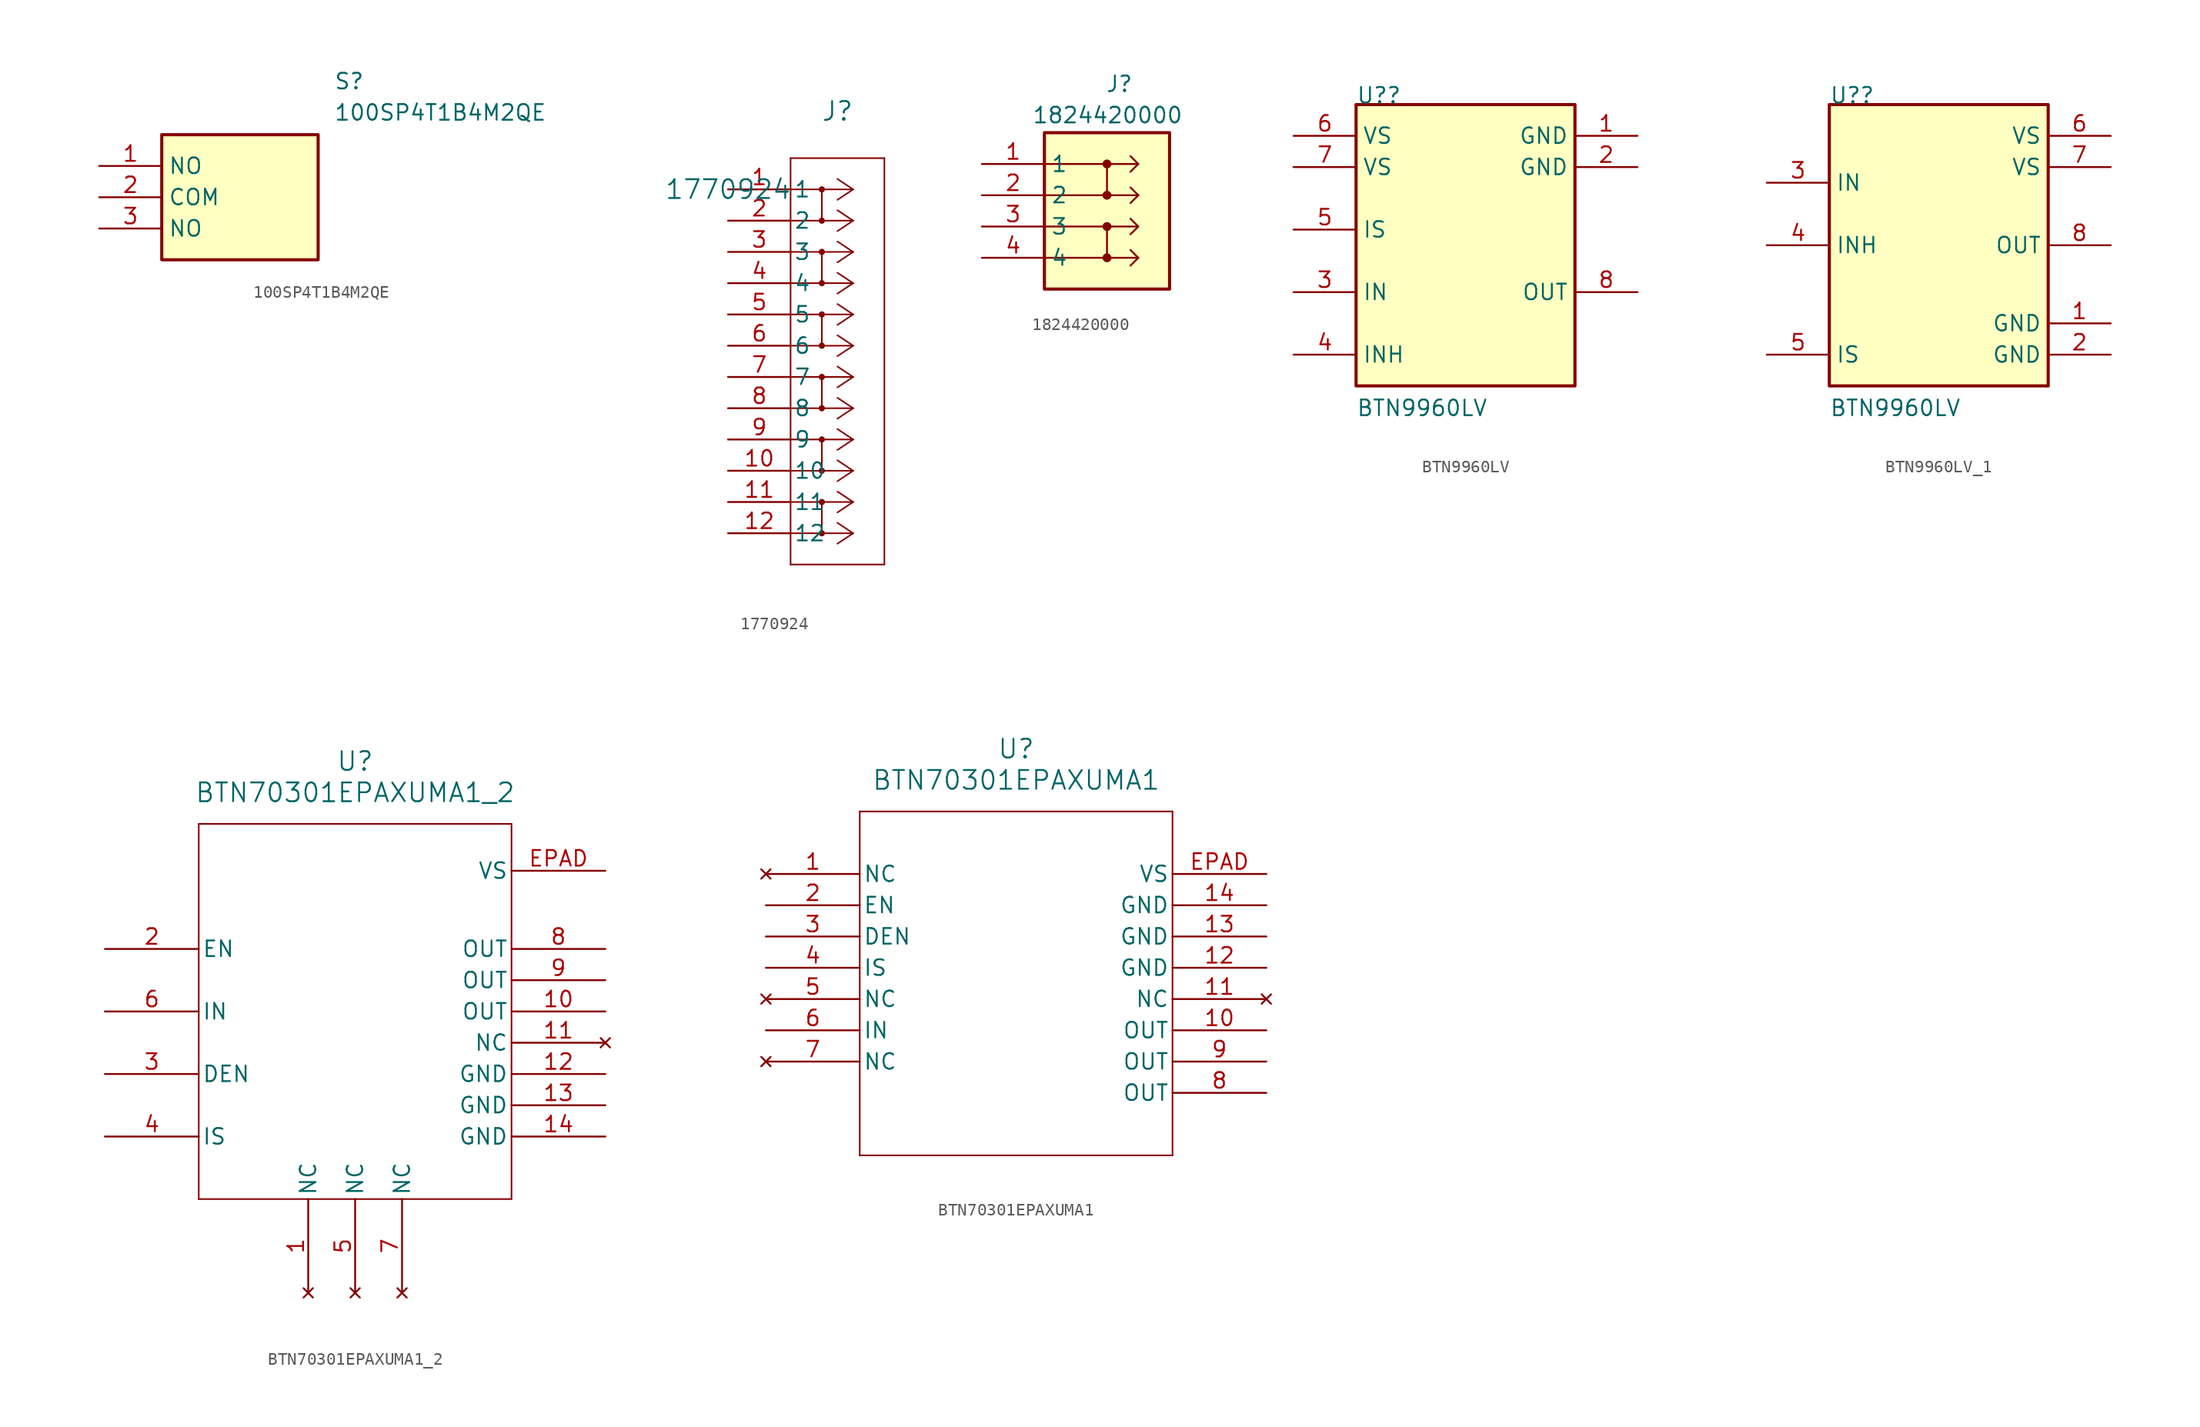
<source format=kicad_sym>
(kicad_symbol_lib
  (version 20220914)
  (generator kicad_symbol_editor)
  (symbol "100SP4T1B4M2QE"
    (property "Reference" "S"
      (at 19.05 7.62 0)
      (effects (font (size 1.27 1.27)) (justify left top)))
    (property "Value" "100SP4T1B4M2QE"
      (at 19.05 5.08 0)
      (effects (font (size 1.27 1.27)) (justify left top)))
    (symbol "100SP4T1B4M2QE_1_1"
      (rectangle (start 5.08 2.54) (end 17.78 -7.62) (stroke (width 0.254) (type default)) (fill (type background)))
      (pin passive line (at 0 0 0) (length 5.08) (name "NO" (effects (font (size 1.27 1.27)))) (number "1" (effects (font (size 1.27 1.27)))))
      (pin passive line (at 0 -2.54 0) (length 5.08) (name "COM" (effects (font (size 1.27 1.27)))) (number "2" (effects (font (size 1.27 1.27)))))
      (pin passive line (at 0 -5.08 0) (length 5.08) (name "NO" (effects (font (size 1.27 1.27)))) (number "3" (effects (font (size 1.27 1.27)))))))
  (symbol "1770924"
    (pin_names
      (offset 0.254))
    (property "Reference" "J"
      (at 8.89 6.35 0)
      (effects (font (size 1.524 1.524))))
    (property "Value" "1770924"
      (at 0 0 0)
      (effects (font (size 1.524 1.524))))
    (property "ki_locked" ""
      (at 0 0 0)
      (effects (font (size 1.27 1.27))))
    (symbol "1770924_0_1"
      (polyline (pts (xy 5.08 -30.48) (xy 12.7 -30.48)) (stroke (width 0.127) (type default)) (fill (type none)))
      (polyline (pts (xy 5.08 2.54) (xy 5.08 -30.48)) (stroke (width 0.127) (type default)) (fill (type none)))
      (polyline (pts (xy 7.62 -25.4) (xy 7.62 -27.94)) (stroke (width 0.127) (type default)) (fill (type none)))
      (polyline (pts (xy 7.62 -20.32) (xy 7.62 -22.86)) (stroke (width 0.127) (type default)) (fill (type none)))
      (polyline (pts (xy 7.62 -15.24) (xy 7.62 -17.78)) (stroke (width 0.127) (type default)) (fill (type none)))
      (polyline (pts (xy 7.62 -10.16) (xy 7.62 -12.7)) (stroke (width 0.127) (type default)) (fill (type none)))
      (polyline (pts (xy 7.62 -5.08) (xy 7.62 -7.62)) (stroke (width 0.127) (type default)) (fill (type none)))
      (polyline (pts (xy 7.62 0) (xy 7.62 -2.54)) (stroke (width 0.127) (type default)) (fill (type none)))
      (polyline (pts (xy 10.16 -27.94) (xy 5.08 -27.94)) (stroke (width 0.127) (type default)) (fill (type none)))
      (polyline (pts (xy 10.16 -27.94) (xy 8.89 -28.787)) (stroke (width 0.127) (type default)) (fill (type none)))
      (polyline (pts (xy 10.16 -27.94) (xy 8.89 -27.093)) (stroke (width 0.127) (type default)) (fill (type none)))
      (polyline (pts (xy 10.16 -25.4) (xy 5.08 -25.4)) (stroke (width 0.127) (type default)) (fill (type none)))
      (polyline (pts (xy 10.16 -25.4) (xy 8.89 -26.247)) (stroke (width 0.127) (type default)) (fill (type none)))
      (polyline (pts (xy 10.16 -25.4) (xy 8.89 -24.553)) (stroke (width 0.127) (type default)) (fill (type none)))
      (polyline (pts (xy 10.16 -22.86) (xy 5.08 -22.86)) (stroke (width 0.127) (type default)) (fill (type none)))
      (polyline (pts (xy 10.16 -22.86) (xy 8.89 -23.707)) (stroke (width 0.127) (type default)) (fill (type none)))
      (polyline (pts (xy 10.16 -22.86) (xy 8.89 -22.013)) (stroke (width 0.127) (type default)) (fill (type none)))
      (polyline (pts (xy 10.16 -20.32) (xy 5.08 -20.32)) (stroke (width 0.127) (type default)) (fill (type none)))
      (polyline (pts (xy 10.16 -20.32) (xy 8.89 -21.167)) (stroke (width 0.127) (type default)) (fill (type none)))
      (polyline (pts (xy 10.16 -20.32) (xy 8.89 -19.473)) (stroke (width 0.127) (type default)) (fill (type none)))
      (polyline (pts (xy 10.16 -17.78) (xy 5.08 -17.78)) (stroke (width 0.127) (type default)) (fill (type none)))
      (polyline (pts (xy 10.16 -17.78) (xy 8.89 -18.627)) (stroke (width 0.127) (type default)) (fill (type none)))
      (polyline (pts (xy 10.16 -17.78) (xy 8.89 -16.933)) (stroke (width 0.127) (type default)) (fill (type none)))
      (polyline (pts (xy 10.16 -15.24) (xy 5.08 -15.24)) (stroke (width 0.127) (type default)) (fill (type none)))
      (polyline (pts (xy 10.16 -15.24) (xy 8.89 -16.087)) (stroke (width 0.127) (type default)) (fill (type none)))
      (polyline (pts (xy 10.16 -15.24) (xy 8.89 -14.393)) (stroke (width 0.127) (type default)) (fill (type none)))
      (polyline (pts (xy 10.16 -12.7) (xy 5.08 -12.7)) (stroke (width 0.127) (type default)) (fill (type none)))
      (polyline (pts (xy 10.16 -12.7) (xy 8.89 -13.547)) (stroke (width 0.127) (type default)) (fill (type none)))
      (polyline (pts (xy 10.16 -12.7) (xy 8.89 -11.853)) (stroke (width 0.127) (type default)) (fill (type none)))
      (polyline (pts (xy 10.16 -10.16) (xy 5.08 -10.16)) (stroke (width 0.127) (type default)) (fill (type none)))
      (polyline (pts (xy 10.16 -10.16) (xy 8.89 -11.007)) (stroke (width 0.127) (type default)) (fill (type none)))
      (polyline (pts (xy 10.16 -10.16) (xy 8.89 -9.313)) (stroke (width 0.127) (type default)) (fill (type none)))
      (polyline (pts (xy 10.16 -7.62) (xy 5.08 -7.62)) (stroke (width 0.127) (type default)) (fill (type none)))
      (polyline (pts (xy 10.16 -7.62) (xy 8.89 -8.467)) (stroke (width 0.127) (type default)) (fill (type none)))
      (polyline (pts (xy 10.16 -7.62) (xy 8.89 -6.773)) (stroke (width 0.127) (type default)) (fill (type none)))
      (polyline (pts (xy 10.16 -5.08) (xy 5.08 -5.08)) (stroke (width 0.127) (type default)) (fill (type none)))
      (polyline (pts (xy 10.16 -5.08) (xy 8.89 -5.927)) (stroke (width 0.127) (type default)) (fill (type none)))
      (polyline (pts (xy 10.16 -5.08) (xy 8.89 -4.233)) (stroke (width 0.127) (type default)) (fill (type none)))
      (polyline (pts (xy 10.16 -2.54) (xy 5.08 -2.54)) (stroke (width 0.127) (type default)) (fill (type none)))
      (polyline (pts (xy 10.16 -2.54) (xy 8.89 -3.387)) (stroke (width 0.127) (type default)) (fill (type none)))
      (polyline (pts (xy 10.16 -2.54) (xy 8.89 -1.693)) (stroke (width 0.127) (type default)) (fill (type none)))
      (polyline (pts (xy 10.16 0) (xy 5.08 0)) (stroke (width 0.127) (type default)) (fill (type none)))
      (polyline (pts (xy 10.16 0) (xy 8.89 -0.847)) (stroke (width 0.127) (type default)) (fill (type none)))
      (polyline (pts (xy 10.16 0) (xy 8.89 0.847)) (stroke (width 0.127) (type default)) (fill (type none)))
      (polyline (pts (xy 12.7 -30.48) (xy 12.7 2.54)) (stroke (width 0.127) (type default)) (fill (type none)))
      (polyline (pts (xy 12.7 2.54) (xy 5.08 2.54)) (stroke (width 0.127) (type default)) (fill (type none)))
      (circle (center 7.62 -27.94) (radius 0.127) (stroke (width 0.254) (type default)) (fill (type none)))
      (circle (center 7.62 -25.4) (radius 0.127) (stroke (width 0.254) (type default)) (fill (type none)))
      (circle (center 7.62 -22.86) (radius 0.127) (stroke (width 0.254) (type default)) (fill (type none)))
      (circle (center 7.62 -20.32) (radius 0.127) (stroke (width 0.254) (type default)) (fill (type none)))
      (circle (center 7.62 -17.78) (radius 0.127) (stroke (width 0.254) (type default)) (fill (type none)))
      (circle (center 7.62 -15.24) (radius 0.127) (stroke (width 0.254) (type default)) (fill (type none)))
      (circle (center 7.62 -12.7) (radius 0.127) (stroke (width 0.254) (type default)) (fill (type none)))
      (circle (center 7.62 -10.16) (radius 0.127) (stroke (width 0.254) (type default)) (fill (type none)))
      (circle (center 7.62 -7.62) (radius 0.127) (stroke (width 0.254) (type default)) (fill (type none)))
      (circle (center 7.62 -5.08) (radius 0.127) (stroke (width 0.254) (type default)) (fill (type none)))
      (circle (center 7.62 -2.54) (radius 0.127) (stroke (width 0.254) (type default)) (fill (type none)))
      (circle (center 7.62 0) (radius 0.127) (stroke (width 0.254) (type default)) (fill (type none)))
      (pin unspecified line (at 0 0 0) (length 5.08) (name "1" (effects (font (size 1.27 1.27)))) (number "1" (effects (font (size 1.27 1.27)))))
      (pin unspecified line (at 0 -22.86 0) (length 5.08) (name "10" (effects (font (size 1.27 1.27)))) (number "10" (effects (font (size 1.27 1.27)))))
      (pin unspecified line (at 0 -25.4 0) (length 5.08) (name "11" (effects (font (size 1.27 1.27)))) (number "11" (effects (font (size 1.27 1.27)))))
      (pin unspecified line (at 0 -27.94 0) (length 5.08) (name "12" (effects (font (size 1.27 1.27)))) (number "12" (effects (font (size 1.27 1.27)))))
      (pin unspecified line (at 0 -2.54 0) (length 5.08) (name "2" (effects (font (size 1.27 1.27)))) (number "2" (effects (font (size 1.27 1.27)))))
      (pin unspecified line (at 0 -5.08 0) (length 5.08) (name "3" (effects (font (size 1.27 1.27)))) (number "3" (effects (font (size 1.27 1.27)))))
      (pin unspecified line (at 0 -7.62 0) (length 5.08) (name "4" (effects (font (size 1.27 1.27)))) (number "4" (effects (font (size 1.27 1.27)))))
      (pin unspecified line (at 0 -10.16 0) (length 5.08) (name "5" (effects (font (size 1.27 1.27)))) (number "5" (effects (font (size 1.27 1.27)))))
      (pin unspecified line (at 0 -12.7 0) (length 5.08) (name "6" (effects (font (size 1.27 1.27)))) (number "6" (effects (font (size 1.27 1.27)))))
      (pin unspecified line (at 0 -15.24 0) (length 5.08) (name "7" (effects (font (size 1.27 1.27)))) (number "7" (effects (font (size 1.27 1.27)))))
      (pin unspecified line (at 0 -17.78 0) (length 5.08) (name "8" (effects (font (size 1.27 1.27)))) (number "8" (effects (font (size 1.27 1.27)))))
      (pin unspecified line (at 0 -20.32 0) (length 5.08) (name "9" (effects (font (size 1.27 1.27)))) (number "9" (effects (font (size 1.27 1.27)))))))
  (symbol "1824420000"
    (property "Reference" "J"
      (at 10.033 7.239 0)
      (effects (font (size 1.27 1.27)) (justify left top)))
    (property "Value" "1824420000"
      (at 4.064 4.699 0)
      (effects (font (size 1.27 1.27)) (justify left top)))
    (symbol "1824420000_0_1"
      (polyline (pts (xy 10.16 -7.62) (xy 12.7 -7.62)) (stroke (width 0) (type default)) (fill (type none)))
      (polyline (pts (xy 10.16 -5.08) (xy 12.7 -5.08)) (stroke (width 0) (type default)) (fill (type none)))
      (polyline (pts (xy 10.16 -2.54) (xy 12.7 -2.54)) (stroke (width 0) (type default)) (fill (type none)))
      (polyline (pts (xy 10.16 0) (xy 12.7 0)) (stroke (width 0) (type default)) (fill (type none)))
      (polyline (pts (xy 12.7 -2.54) (xy 12.065 -3.175)) (stroke (width 0) (type default)) (fill (type none)))
      (polyline (pts (xy 12.7 -2.54) (xy 12.065 -1.905)) (stroke (width 0) (type default)) (fill (type none)))
      (polyline (pts (xy 5.08 -5.08) (xy 10.16 -5.08) (xy 10.16 -7.62) (xy 5.08 -7.62)) (stroke (width 0) (type default)) (fill (type none)))
      (polyline (pts (xy 5.08 0) (xy 10.16 0) (xy 10.16 -2.54) (xy 5.08 -2.54)) (stroke (width 0) (type default)) (fill (type none)))
      (polyline (pts (xy 12.7 -7.62) (xy 12.065 -6.985) (xy 12.7 -7.62) (xy 12.065 -8.255)) (stroke (width 0) (type default)) (fill (type none)))
      (polyline (pts (xy 12.7 -5.08) (xy 12.065 -4.445) (xy 12.7 -5.08) (xy 12.065 -5.715)) (stroke (width 0) (type default)) (fill (type none)))
      (polyline (pts (xy 12.7 0) (xy 12.065 0.635) (xy 12.7 0) (xy 12.065 -0.635)) (stroke (width 0) (type default)) (fill (type none))))
    (symbol "1824420000_1_1"
      (rectangle (start 5.08 2.54) (end 15.24 -10.16) (stroke (width 0.254) (type default)) (fill (type background)))
      (circle (center 10.16 -7.62) (radius 0.284) (stroke (width 0) (type default)) (fill (type outline)))
      (circle (center 10.16 -5.08) (radius 0.284) (stroke (width 0) (type default)) (fill (type outline)))
      (circle (center 10.16 -2.54) (radius 0.284) (stroke (width 0) (type default)) (fill (type outline)))
      (circle (center 10.16 0) (radius 0.284) (stroke (width 0) (type default)) (fill (type outline)))
      (pin passive line (at 0 0 0) (length 5.08) (name "1" (effects (font (size 1.27 1.27)))) (number "1" (effects (font (size 1.27 1.27)))))
      (pin passive line (at 0 -2.54 0) (length 5.08) (name "2" (effects (font (size 1.27 1.27)))) (number "2" (effects (font (size 1.27 1.27)))))
      (pin passive line (at 0 -5.08 0) (length 5.08) (name "3" (effects (font (size 1.27 1.27)))) (number "3" (effects (font (size 1.27 1.27)))))
      (pin passive line (at 0 -7.62 0) (length 5.08) (name "4" (effects (font (size 1.27 1.27)))) (number "4" (effects (font (size 1.27 1.27)))))))
  (symbol "BTN9960LV"
    (property "Reference" "U?"
      (at 0 0 0)
      (effects (font (size 1.27 1.27)) (justify left bottom)))
    (property "Value" "BTN9960LV"
      (at 0 -25.4 0)
      (effects (font (size 1.27 1.27)) (justify left bottom)))
    (symbol "BTN9960LV_1_0"
      (rectangle (start 17.78 0) (end 0 -22.86) (stroke (width 0.254) (type solid)) (fill (type background)))
      (pin power_in line (at 22.86 -2.54 180) (length 5.08) (name "GND" (effects (font (size 1.27 1.27)))) (number "1" (effects (font (size 1.27 1.27)))))
      (pin power_in line (at 22.86 -5.08 180) (length 5.08) (name "GND" (effects (font (size 1.27 1.27)))) (number "2" (effects (font (size 1.27 1.27)))))
      (pin input line (at -5.08 -15.24 0) (length 5.08) (name "IN" (effects (font (size 1.27 1.27)))) (number "3" (effects (font (size 1.27 1.27)))))
      (pin input line (at -5.08 -20.32 0) (length 5.08) (name "INH" (effects (font (size 1.27 1.27)))) (number "4" (effects (font (size 1.27 1.27)))))
      (pin output line (at -5.08 -10.16 0) (length 5.08) (name "IS" (effects (font (size 1.27 1.27)))) (number "5" (effects (font (size 1.27 1.27)))))
      (pin power_in line (at -5.08 -2.54 0) (length 5.08) (name "VS" (effects (font (size 1.27 1.27)))) (number "6" (effects (font (size 1.27 1.27)))))
      (pin power_in line (at -5.08 -5.08 0) (length 5.08) (name "VS" (effects (font (size 1.27 1.27)))) (number "7" (effects (font (size 1.27 1.27)))))
      (pin output line (at 22.86 -15.24 180) (length 5.08) (name "OUT" (effects (font (size 1.27 1.27)))) (number "8" (effects (font (size 1.27 1.27)))))))
  (symbol "BTN9960LV_1"
    (property "Reference" "U?"
      (at 0 0 0)
      (effects (font (size 1.27 1.27)) (justify left bottom)))
    (property "Value" "BTN9960LV"
      (at 0 -25.4 0)
      (effects (font (size 1.27 1.27)) (justify left bottom)))
    (symbol "BTN9960LV_1_1_0"
      (rectangle (start 17.78 0) (end 0 -22.86) (stroke (width 0.254) (type solid)) (fill (type background)))
      (pin power_in line (at 22.86 -17.78 180) (length 5.08) (name "GND" (effects (font (size 1.27 1.27)))) (number "1" (effects (font (size 1.27 1.27)))))
      (pin power_in line (at 22.86 -20.32 180) (length 5.08) (name "GND" (effects (font (size 1.27 1.27)))) (number "2" (effects (font (size 1.27 1.27)))))
      (pin input line (at -5.08 -6.35 0) (length 5.08) (name "IN" (effects (font (size 1.27 1.27)))) (number "3" (effects (font (size 1.27 1.27)))))
      (pin input line (at -5.08 -11.43 0) (length 5.08) (name "INH" (effects (font (size 1.27 1.27)))) (number "4" (effects (font (size 1.27 1.27)))))
      (pin output line (at -5.08 -20.32 0) (length 5.08) (name "IS" (effects (font (size 1.27 1.27)))) (number "5" (effects (font (size 1.27 1.27)))))
      (pin power_in line (at 22.86 -2.54 180) (length 5.08) (name "VS" (effects (font (size 1.27 1.27)))) (number "6" (effects (font (size 1.27 1.27)))))
      (pin power_in line (at 22.86 -5.08 180) (length 5.08) (name "VS" (effects (font (size 1.27 1.27)))) (number "7" (effects (font (size 1.27 1.27)))))
      (pin output line (at 22.86 -11.43 180) (length 5.08) (name "OUT" (effects (font (size 1.27 1.27)))) (number "8" (effects (font (size 1.27 1.27)))))))
  (symbol "BTN70301EPAXUMA1_2"
    (pin_names
      (offset 0.254))
    (property "Reference" "U"
      (at 20.32 12.7 0)
      (effects (font (size 1.524 1.524))))
    (property "Value" "BTN70301EPAXUMA1_2"
      (at 20.32 10.16 0)
      (effects (font (size 1.524 1.524))))
    (property "ki_locked" ""
      (at 0 0 0)
      (effects (font (size 1.27 1.27))))
    (symbol "BTN70301EPAXUMA1_2_0_1"
      (polyline (pts (xy 7.62 -22.86) (xy 33.02 -22.86)) (stroke (width 0.127) (type default)) (fill (type none)))
      (polyline (pts (xy 7.62 7.62) (xy 7.62 -22.86)) (stroke (width 0.127) (type default)) (fill (type none)))
      (polyline (pts (xy 33.02 -22.86) (xy 33.02 7.62)) (stroke (width 0.127) (type default)) (fill (type none)))
      (polyline (pts (xy 33.02 7.62) (xy 7.62 7.62)) (stroke (width 0.127) (type default)) (fill (type none)))
      (pin no_connect line (at 16.51 -30.48 90) (length 7.62) (name "NC" (effects (font (size 1.27 1.27)))) (number "1" (effects (font (size 1.27 1.27)))))
      (pin power_in line (at 40.64 -7.62 180) (length 7.62) (name "OUT" (effects (font (size 1.27 1.27)))) (number "10" (effects (font (size 1.27 1.27)))))
      (pin no_connect line (at 40.64 -10.16 180) (length 7.62) (name "NC" (effects (font (size 1.27 1.27)))) (number "11" (effects (font (size 1.27 1.27)))))
      (pin power_in line (at 40.64 -12.7 180) (length 7.62) (name "GND" (effects (font (size 1.27 1.27)))) (number "12" (effects (font (size 1.27 1.27)))))
      (pin power_in line (at 40.64 -15.24 180) (length 7.62) (name "GND" (effects (font (size 1.27 1.27)))) (number "13" (effects (font (size 1.27 1.27)))))
      (pin power_in line (at 40.64 -17.78 180) (length 7.62) (name "GND" (effects (font (size 1.27 1.27)))) (number "14" (effects (font (size 1.27 1.27)))))
      (pin unspecified line (at 0 -2.54 0) (length 7.62) (name "EN" (effects (font (size 1.27 1.27)))) (number "2" (effects (font (size 1.27 1.27)))))
      (pin unspecified line (at 0 -12.7 0) (length 7.62) (name "DEN" (effects (font (size 1.27 1.27)))) (number "3" (effects (font (size 1.27 1.27)))))
      (pin output line (at 0 -17.78 0) (length 7.62) (name "IS" (effects (font (size 1.27 1.27)))) (number "4" (effects (font (size 1.27 1.27)))))
      (pin no_connect line (at 20.32 -30.48 90) (length 7.62) (name "NC" (effects (font (size 1.27 1.27)))) (number "5" (effects (font (size 1.27 1.27)))))
      (pin input line (at 0 -7.62 0) (length 7.62) (name "IN" (effects (font (size 1.27 1.27)))) (number "6" (effects (font (size 1.27 1.27)))))
      (pin no_connect line (at 24.13 -30.48 90) (length 7.62) (name "NC" (effects (font (size 1.27 1.27)))) (number "7" (effects (font (size 1.27 1.27)))))
      (pin power_in line (at 40.64 -2.54 180) (length 7.62) (name "OUT" (effects (font (size 1.27 1.27)))) (number "8" (effects (font (size 1.27 1.27)))))
      (pin power_in line (at 40.64 -5.08 180) (length 7.62) (name "OUT" (effects (font (size 1.27 1.27)))) (number "9" (effects (font (size 1.27 1.27)))))
      (pin power_in line (at 40.64 3.81 180) (length 7.62) (name "VS" (effects (font (size 1.27 1.27)))) (number "EPAD" (effects (font (size 1.27 1.27)))))))
  (symbol "BTN70301EPAXUMA1"
    (pin_names
      (offset 0.254))
    (property "Reference" "U"
      (at 20.32 10.16 0)
      (effects (font (size 1.524 1.524))))
    (property "Value" "BTN70301EPAXUMA1"
      (at 20.32 7.62 0)
      (effects (font (size 1.524 1.524))))
    (property "ki_locked" ""
      (at 0 0 0)
      (effects (font (size 1.27 1.27))))
    (symbol "BTN70301EPAXUMA1_0_1"
      (polyline (pts (xy 7.62 -22.86) (xy 33.02 -22.86)) (stroke (width 0.127) (type default)) (fill (type none)))
      (polyline (pts (xy 7.62 5.08) (xy 7.62 -22.86)) (stroke (width 0.127) (type default)) (fill (type none)))
      (polyline (pts (xy 33.02 -22.86) (xy 33.02 5.08)) (stroke (width 0.127) (type default)) (fill (type none)))
      (polyline (pts (xy 33.02 5.08) (xy 7.62 5.08)) (stroke (width 0.127) (type default)) (fill (type none)))
      (pin no_connect line (at 0 0 0) (length 7.62) (name "NC" (effects (font (size 1.27 1.27)))) (number "1" (effects (font (size 1.27 1.27)))))
      (pin power_in line (at 40.64 -12.7 180) (length 7.62) (name "OUT" (effects (font (size 1.27 1.27)))) (number "10" (effects (font (size 1.27 1.27)))))
      (pin no_connect line (at 40.64 -10.16 180) (length 7.62) (name "NC" (effects (font (size 1.27 1.27)))) (number "11" (effects (font (size 1.27 1.27)))))
      (pin power_in line (at 40.64 -7.62 180) (length 7.62) (name "GND" (effects (font (size 1.27 1.27)))) (number "12" (effects (font (size 1.27 1.27)))))
      (pin power_in line (at 40.64 -5.08 180) (length 7.62) (name "GND" (effects (font (size 1.27 1.27)))) (number "13" (effects (font (size 1.27 1.27)))))
      (pin power_in line (at 40.64 -2.54 180) (length 7.62) (name "GND" (effects (font (size 1.27 1.27)))) (number "14" (effects (font (size 1.27 1.27)))))
      (pin unspecified line (at 0 -2.54 0) (length 7.62) (name "EN" (effects (font (size 1.27 1.27)))) (number "2" (effects (font (size 1.27 1.27)))))
      (pin unspecified line (at 0 -5.08 0) (length 7.62) (name "DEN" (effects (font (size 1.27 1.27)))) (number "3" (effects (font (size 1.27 1.27)))))
      (pin output line (at 0 -7.62 0) (length 7.62) (name "IS" (effects (font (size 1.27 1.27)))) (number "4" (effects (font (size 1.27 1.27)))))
      (pin no_connect line (at 0 -10.16 0) (length 7.62) (name "NC" (effects (font (size 1.27 1.27)))) (number "5" (effects (font (size 1.27 1.27)))))
      (pin input line (at 0 -12.7 0) (length 7.62) (name "IN" (effects (font (size 1.27 1.27)))) (number "6" (effects (font (size 1.27 1.27)))))
      (pin no_connect line (at 0 -15.24 0) (length 7.62) (name "NC" (effects (font (size 1.27 1.27)))) (number "7" (effects (font (size 1.27 1.27)))))
      (pin power_in line (at 40.64 -17.78 180) (length 7.62) (name "OUT" (effects (font (size 1.27 1.27)))) (number "8" (effects (font (size 1.27 1.27)))))
      (pin power_in line (at 40.64 -15.24 180) (length 7.62) (name "OUT" (effects (font (size 1.27 1.27)))) (number "9" (effects (font (size 1.27 1.27)))))
      (pin power_in line (at 40.64 0 180) (length 7.62) (name "VS" (effects (font (size 1.27 1.27)))) (number "EPAD" (effects (font (size 1.27 1.27))))))))
</source>
